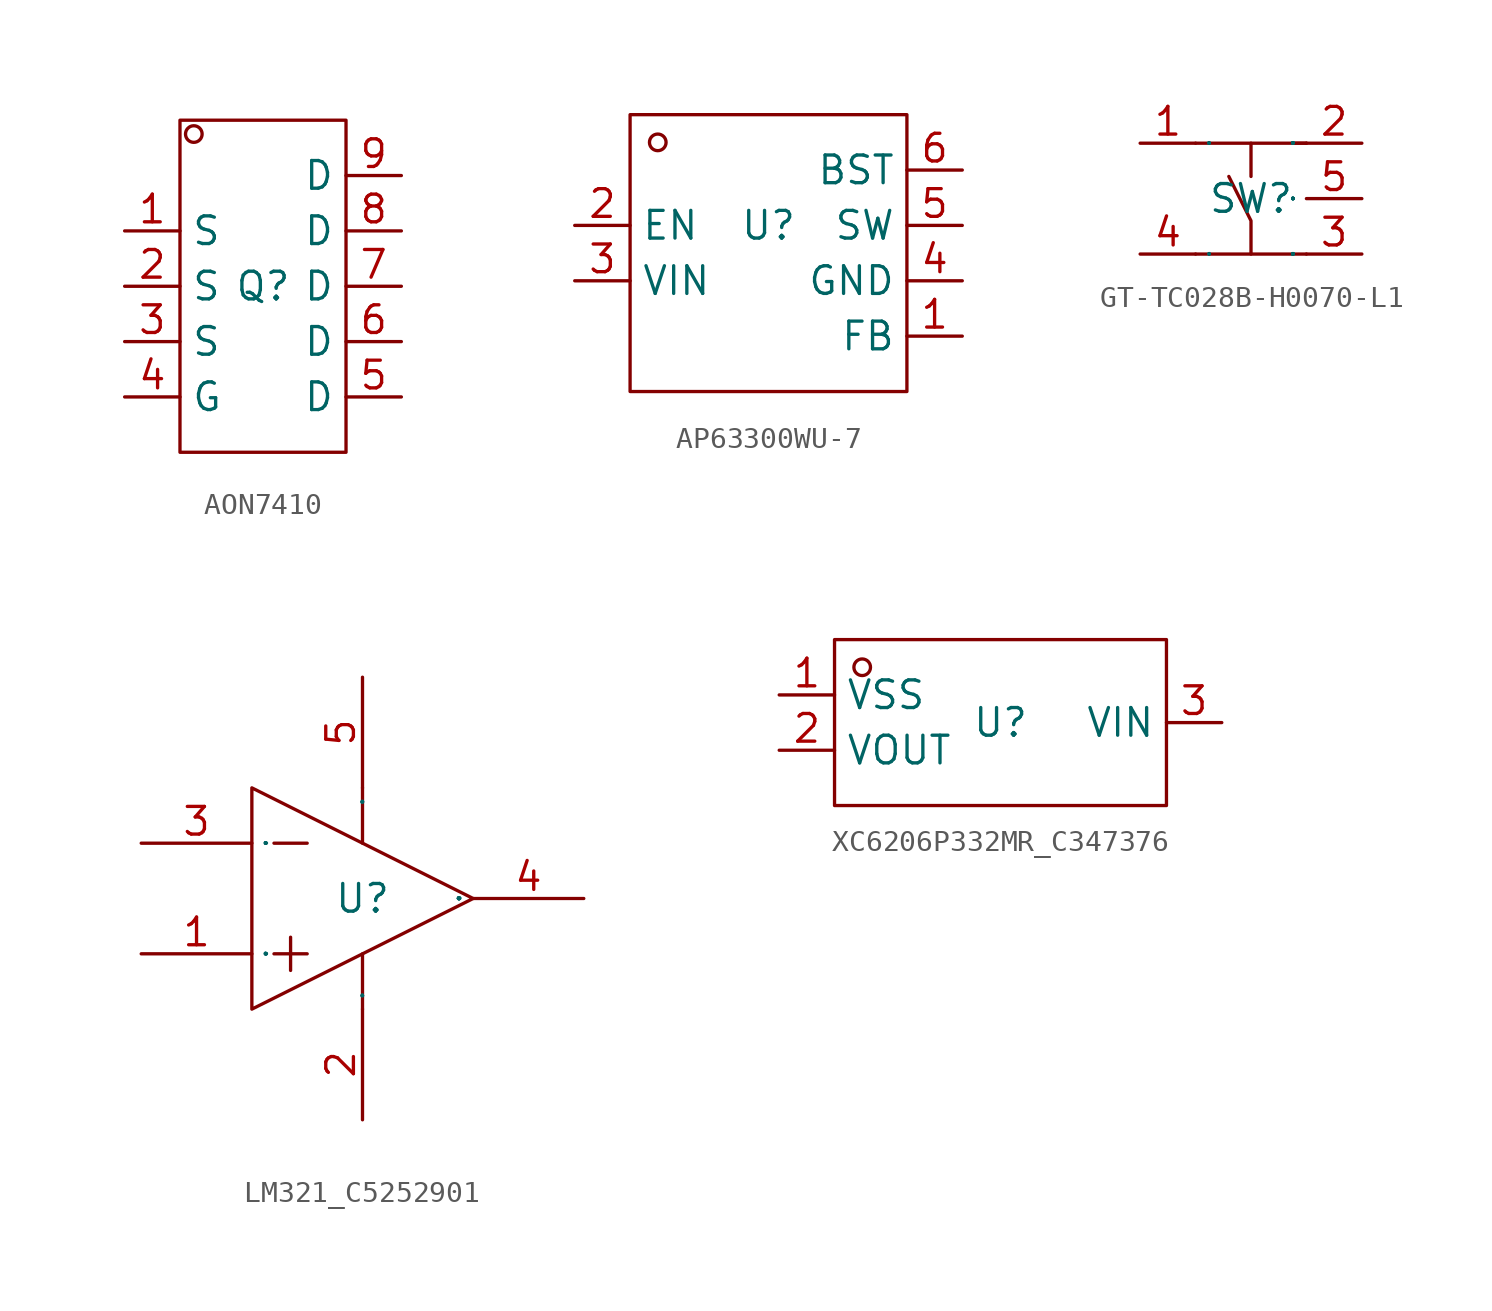
<source format=kicad_sym>
(kicad_symbol_lib
  (version 20241209)
  (generator "kicad_symbol_editor")
  (generator_version "9.0")
  (symbol "AON7410"
    (property "Reference" "Q"
      (at 0 0 0)
      (effects (font (size 1.27 1.27))))
    (property "Value" ""
      (at 0 0 0)
      (effects (font (size 1.27 1.27))))
    (symbol "AON7410_1_0"
      (rectangle (start -3.81 -7.62) (end 3.81 7.62) (stroke (width 0) (type default)) (fill (type none)))
      (circle (center -3.175 6.985) (radius 0.381) (stroke (width 0) (type default)) (fill (type none)))
      (pin unspecified line (at -6.35 2.54 0) (length 2.54) (name "S" (effects (font (size 1.27 1.27)))) (number "1" (effects (font (size 1.27 1.27)))))
      (pin unspecified line (at -6.35 0 0) (length 2.54) (name "S" (effects (font (size 1.27 1.27)))) (number "2" (effects (font (size 1.27 1.27)))))
      (pin unspecified line (at -6.35 -2.54 0) (length 2.54) (name "S" (effects (font (size 1.27 1.27)))) (number "3" (effects (font (size 1.27 1.27)))))
      (pin unspecified line (at -6.35 -5.08 0) (length 2.54) (name "G" (effects (font (size 1.27 1.27)))) (number "4" (effects (font (size 1.27 1.27)))))
      (pin unspecified line (at 6.35 5.08 180) (length 2.54) (name "D" (effects (font (size 1.27 1.27)))) (number "9" (effects (font (size 1.27 1.27)))))
      (pin unspecified line (at 6.35 2.54 180) (length 2.54) (name "D" (effects (font (size 1.27 1.27)))) (number "8" (effects (font (size 1.27 1.27)))))
      (pin unspecified line (at 6.35 0 180) (length 2.54) (name "D" (effects (font (size 1.27 1.27)))) (number "7" (effects (font (size 1.27 1.27)))))
      (pin unspecified line (at 6.35 -2.54 180) (length 2.54) (name "D" (effects (font (size 1.27 1.27)))) (number "6" (effects (font (size 1.27 1.27)))))
      (pin unspecified line (at 6.35 -5.08 180) (length 2.54) (name "D" (effects (font (size 1.27 1.27)))) (number "5" (effects (font (size 1.27 1.27)))))))
  (symbol "AP63300WU-7"
    (property "Reference" "U"
      (at 0 0 0)
      (effects (font (size 1.27 1.27))))
    (property "Value" ""
      (at 0 0 0)
      (effects (font (size 1.27 1.27))))
    (symbol "AP63300WU-7_1_0"
      (rectangle (start -6.35 5.08) (end 6.35 -7.62) (stroke (width 0) (type default)) (fill (type none)))
      (circle (center -5.08 3.81) (radius 0.381) (stroke (width 0) (type default)) (fill (type none)))
      (pin input line (at -8.89 0 0) (length 2.54) (name "EN" (effects (font (size 1.27 1.27)))) (number "2" (effects (font (size 1.27 1.27)))))
      (pin input line (at -8.89 -2.54 0) (length 2.54) (name "VIN" (effects (font (size 1.27 1.27)))) (number "3" (effects (font (size 1.27 1.27)))))
      (pin input line (at 8.89 2.54 180) (length 2.54) (name "BST" (effects (font (size 1.27 1.27)))) (number "6" (effects (font (size 1.27 1.27)))))
      (pin input line (at 8.89 0 180) (length 2.54) (name "SW" (effects (font (size 1.27 1.27)))) (number "5" (effects (font (size 1.27 1.27)))))
      (pin input line (at 8.89 -2.54 180) (length 2.54) (name "GND" (effects (font (size 1.27 1.27)))) (number "4" (effects (font (size 1.27 1.27)))))
      (pin input line (at 8.89 -5.08 180) (length 2.54) (name "FB" (effects (font (size 1.27 1.27)))) (number "1" (effects (font (size 1.27 1.27)))))))
  (symbol "GT-TC028B-H0070-L1"
    (property "Reference" "SW"
      (at 0 0 0)
      (effects (font (size 1.27 1.27))))
    (property "Value" ""
      (at 0 0 0)
      (effects (font (size 1.27 1.27))))
    (symbol "GT-TC028B-H0070-L1_1_0"
      (polyline (pts (xy -2.54 2.54) (xy 2.54 2.54)) (stroke (width 0) (type default)) (fill (type none)))
      (polyline (pts (xy -2.54 -2.54) (xy 2.54 -2.54)) (stroke (width 0) (type default)) (fill (type none)))
      (polyline (pts (xy 0 2.54) (xy 0 1.016)) (stroke (width 0) (type default)) (fill (type none)))
      (polyline (pts (xy 0 -2.54) (xy 0 -1.016) (xy 0 -1.016) (xy -1.016 1.016)) (stroke (width 0) (type default)) (fill (type none)))
      (polyline (pts (xy 2.032 2.54) (xy 2.54 2.54)) (stroke (width 0) (type default)) (fill (type none)))
      (pin unspecified line (at -5.08 2.54 0) (length 2.54) (name "1" (effects (font (size 0.025 0.025)))) (number "1" (effects (font (size 1.27 1.27)))))
      (pin unspecified line (at -5.08 -2.54 0) (length 2.54) (name "4" (effects (font (size 0.025 0.025)))) (number "4" (effects (font (size 1.27 1.27)))))
      (pin unspecified line (at 5.08 2.54 180) (length 2.54) (name "2" (effects (font (size 0.025 0.025)))) (number "2" (effects (font (size 1.27 1.27)))))
      (pin unspecified line (at 5.08 0 180) (length 2.54) (name "5" (effects (font (size 0.025 0.025)))) (number "5" (effects (font (size 1.27 1.27)))))
      (pin unspecified line (at 5.08 -2.54 180) (length 2.54) (name "3" (effects (font (size 0.025 0.025)))) (number "3" (effects (font (size 1.27 1.27)))))))
  (symbol "LM321_C5252901"
    (property "Reference" "U"
      (at 0 0 0)
      (effects (font (size 1.27 1.27))))
    (property "Value" ""
      (at 0 0 0)
      (effects (font (size 1.27 1.27))))
    (symbol "LM321_C5252901_1_0"
      (polyline (pts (xy -5.08 -5.08) (xy 5.08 0) (xy 5.08 0) (xy -5.08 5.08) (xy -5.08 5.08) (xy -5.08 -5.08)) (stroke (width 0) (type default)) (fill (type none)))
      (polyline (pts (xy -4.064 2.54) (xy -2.54 2.54)) (stroke (width 0) (type default)) (fill (type none)))
      (polyline (pts (xy -4.064 -2.54) (xy -2.54 -2.54)) (stroke (width 0) (type default)) (fill (type none)))
      (polyline (pts (xy -3.302 -1.778) (xy -3.302 -3.302)) (stroke (width 0) (type default)) (fill (type none)))
      (polyline (pts (xy 0 5.08) (xy 0 2.54)) (stroke (width 0) (type default)) (fill (type none)))
      (polyline (pts (xy 0 -2.54) (xy 0 -5.08)) (stroke (width 0) (type default)) (fill (type none)))
      (pin unspecified line (at -10.16 2.54 0) (length 5.08) (name "IN-" (effects (font (size 0.025 0.025)))) (number "3" (effects (font (size 1.27 1.27)))))
      (pin unspecified line (at -10.16 -2.54 0) (length 5.08) (name "IN+" (effects (font (size 0.025 0.025)))) (number "1" (effects (font (size 1.27 1.27)))))
      (pin unspecified line (at 0 10.16 270) (length 5.08) (name "V+" (effects (font (size 0.025 0.025)))) (number "5" (effects (font (size 1.27 1.27)))))
      (pin unspecified line (at 0 -10.16 90) (length 5.08) (name "V-" (effects (font (size 0.025 0.025)))) (number "2" (effects (font (size 1.27 1.27)))))
      (pin output line (at 10.16 0 180) (length 5.08) (name "OUT" (effects (font (size 0.025 0.025)))) (number "4" (effects (font (size 1.27 1.27)))))))
  (symbol "XC6206P332MR_C347376"
    (property "Reference" "U"
      (at 0 0 0)
      (effects (font (size 1.27 1.27))))
    (property "Value" ""
      (at 0 0 0)
      (effects (font (size 1.27 1.27))))
    (symbol "XC6206P332MR_C347376_1_0"
      (rectangle (start -7.62 -3.81) (end 7.62 3.81) (stroke (width 0) (type default)) (fill (type none)))
      (circle (center -6.35 2.54) (radius 0.381) (stroke (width 0) (type default)) (fill (type none)))
      (pin unspecified line (at -10.16 1.27 0) (length 2.54) (name "VSS" (effects (font (size 1.27 1.27)))) (number "1" (effects (font (size 1.27 1.27)))))
      (pin unspecified line (at -10.16 -1.27 0) (length 2.54) (name "VOUT" (effects (font (size 1.27 1.27)))) (number "2" (effects (font (size 1.27 1.27)))))
      (pin unspecified line (at 10.16 0 180) (length 2.54) (name "VIN" (effects (font (size 1.27 1.27)))) (number "3" (effects (font (size 1.27 1.27))))))))
</source>
